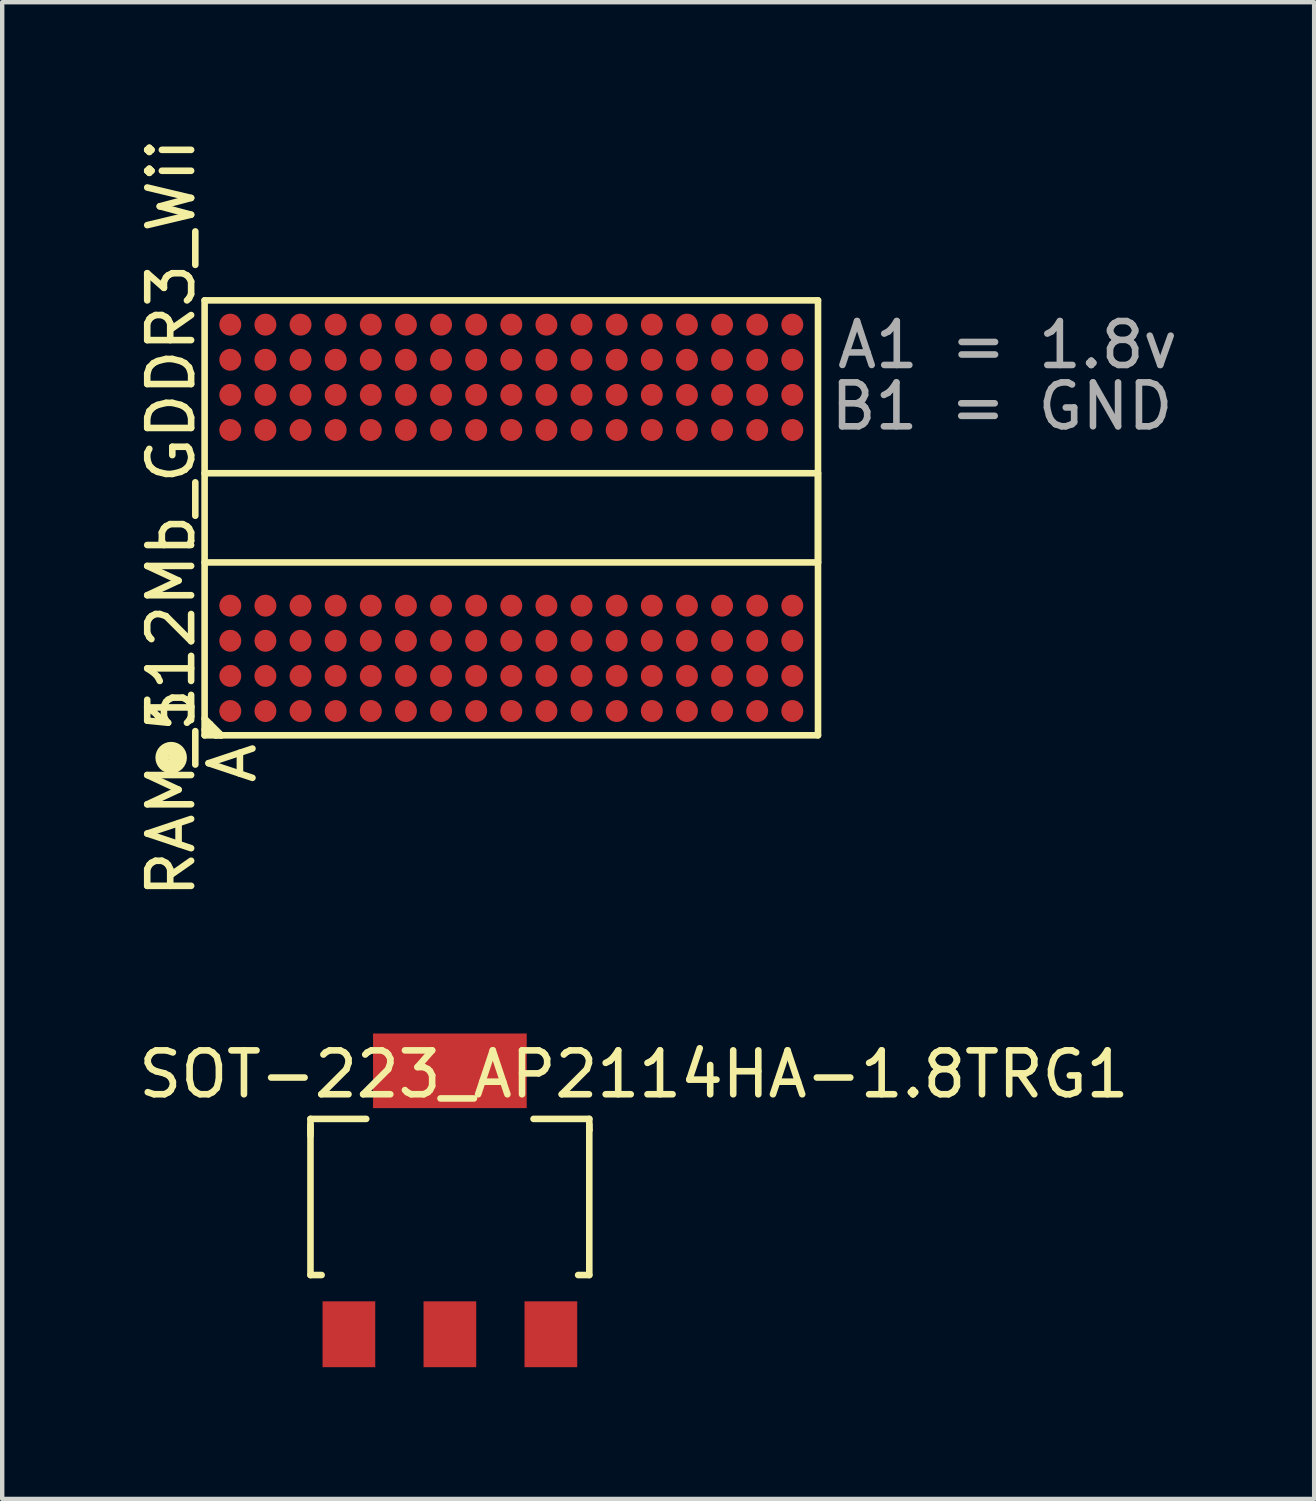
<source format=kicad_pcb>
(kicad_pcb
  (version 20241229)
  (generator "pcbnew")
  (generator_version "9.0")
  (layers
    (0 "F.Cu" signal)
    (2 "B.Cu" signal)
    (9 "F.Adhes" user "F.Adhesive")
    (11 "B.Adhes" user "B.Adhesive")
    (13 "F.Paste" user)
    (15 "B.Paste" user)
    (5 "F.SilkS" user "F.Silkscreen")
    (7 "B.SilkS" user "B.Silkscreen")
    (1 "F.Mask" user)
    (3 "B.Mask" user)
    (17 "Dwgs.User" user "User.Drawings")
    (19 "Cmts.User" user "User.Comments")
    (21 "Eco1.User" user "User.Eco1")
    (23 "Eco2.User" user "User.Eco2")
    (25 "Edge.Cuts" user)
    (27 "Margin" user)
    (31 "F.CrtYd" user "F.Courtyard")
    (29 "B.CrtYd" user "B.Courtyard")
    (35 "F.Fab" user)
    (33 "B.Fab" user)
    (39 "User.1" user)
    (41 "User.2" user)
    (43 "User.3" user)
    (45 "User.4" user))
  (footprint "RAM_512Mb_GDDR3_Wii"
    (layer "F.Cu")
    (at 8.595 8.744)
    (property "Reference" "RAM_512Mb_GDDR3_Wii" (at -7.747 0 90) (layer "F.SilkS") (effects (font (size 1 1) (thickness 0.15))))
    (attr through_hole)
    (fp_line (start -7.874 5.334) (end -7.62 5.334) (stroke (width 0.15) (type solid)) (layer "F.SilkS"))
    (fp_line (start -7.874 5.588) (end -7.874 5.334) (stroke (width 0.15) (type solid)) (layer "F.SilkS"))
    (fp_line (start -7.747 5.461) (end -7.62 5.461) (stroke (width 0.15) (type solid)) (layer "F.SilkS"))
    (fp_line (start -7.62 5.461) (end -7.62 5.588) (stroke (width 0.15) (type solid)) (layer "F.SilkS"))
    (fp_line (start -7.62 5.588) (end -7.874 5.588) (stroke (width 0.15) (type solid)) (layer "F.SilkS"))
    (fp_line (start -6.985 -4.953) (end -6.985 4.953) (stroke (width 0.15) (type solid)) (layer "F.SilkS"))
    (fp_line (start -6.985 -1.016) (end 6.985 -1.016) (stroke (width 0.15) (type solid)) (layer "F.SilkS"))
    (fp_line (start -6.985 4.572) (end -6.604 4.953) (stroke (width 0.15) (type solid)) (layer "F.SilkS"))
    (fp_line (start -6.985 4.953) (end 6.985 4.953) (stroke (width 0.15) (type solid)) (layer "F.SilkS"))
    (fp_line (start -6.858 4.699) (end -6.985 4.826) (stroke (width 0.15) (type solid)) (layer "F.SilkS"))
    (fp_line (start -6.731 4.953) (end -6.858 4.826) (stroke (width 0.15) (type solid)) (layer "F.SilkS"))
    (fp_line (start -6.604 4.953) (end -6.731 4.953) (stroke (width 0.15) (type solid)) (layer "F.SilkS"))
    (fp_line (start 6.985 -4.953) (end -6.985 -4.953) (stroke (width 0.15) (type solid)) (layer "F.SilkS"))
    (fp_line (start 6.985 -1.016) (end 6.985 1.016) (stroke (width 0.15) (type solid)) (layer "F.SilkS"))
    (fp_line (start 6.985 1.016) (end -6.985 1.016) (stroke (width 0.15) (type solid)) (layer "F.SilkS"))
    (fp_line (start 6.985 4.953) (end 6.985 -4.953) (stroke (width 0.15) (type solid)) (layer "F.SilkS"))
    (fp_circle (center -7.747 5.461) (end -7.62 5.207) (stroke (width 0.15) (type solid)) (fill no) (layer "F.SilkS"))
    (fp_circle (center -7.747 5.461) (end -7.62 5.334) (stroke (width 0.15) (type solid)) (fill no) (layer "F.SilkS"))
    (fp_text user "A" (at -6.35 5.588 90) (layer "F.SilkS") (effects (font (size 1 1) (thickness 0.15))))
    (fp_text user "1" (at -7.747 4.318 90) (layer "F.SilkS") (effects (font (size 1 1) (thickness 0.15))))
    (fp_text user "A1 = 1.8v" (at 11.303 -3.937 0) (layer "F.Fab") (effects (font (size 1 1) (thickness 0.15))))
    (fp_text user "B1 = GND" (at 11.176 -2.54 0) (layer "F.Fab") (effects (font (size 1 1) (thickness 0.15))))
    (pad "A1" smd circle (at -6.4 -4.4) (size 0.5 0.5) (layers "F.Cu" "F.Mask" "F.Paste"))
    (pad "A1" smd circle (at -6.4 -3.6) (size 0.5 0.5) (layers "F.Cu" "F.Mask" "F.Paste"))
    (pad "A1" smd circle (at -6.4 3.6) (size 0.5 0.5) (layers "F.Cu" "F.Mask" "F.Paste"))
    (pad "A1" smd circle (at -6.4 4.4) (size 0.5 0.5) (layers "F.Cu" "F.Mask" "F.Paste"))
    (pad "A1" smd circle (at -4.8 -4.4) (size 0.5 0.5) (layers "F.Cu" "F.Mask" "F.Paste"))
    (pad "A1" smd circle (at -4.8 -2) (size 0.5 0.5) (layers "F.Cu" "F.Mask" "F.Paste"))
    (pad "A1" smd circle (at -4.8 2) (size 0.5 0.5) (layers "F.Cu" "F.Mask" "F.Paste"))
    (pad "A1" smd circle (at -4.8 4.4) (size 0.5 0.5) (layers "F.Cu" "F.Mask" "F.Paste"))
    (pad "A1" smd circle (at -3.2 -4.4) (size 0.5 0.5) (layers "F.Cu" "F.Mask" "F.Paste"))
    (pad "A1" smd circle (at -3.2 -2) (size 0.5 0.5) (layers "F.Cu" "F.Mask" "F.Paste"))
    (pad "A1" smd circle (at -3.2 2) (size 0.5 0.5) (layers "F.Cu" "F.Mask" "F.Paste"))
    (pad "A1" smd circle (at -3.2 4.4) (size 0.5 0.5) (layers "F.Cu" "F.Mask" "F.Paste"))
    (pad "A1" smd circle (at -2.4 -4.4) (size 0.5 0.5) (layers "F.Cu" "F.Mask" "F.Paste"))
    (pad "A1" smd circle (at -2.4 4.4) (size 0.5 0.5) (layers "F.Cu" "F.Mask" "F.Paste"))
    (pad "A1" smd circle (at 0 -2) (size 0.5 0.5) (layers "F.Cu" "F.Mask" "F.Paste"))
    (pad "A1" smd circle (at 0 2) (size 0.5 0.5) (layers "F.Cu" "F.Mask" "F.Paste"))
    (pad "A1" smd circle (at 0.8 -4.4) (size 0.5 0.5) (layers "F.Cu" "F.Mask" "F.Paste"))
    (pad "A1" smd circle (at 0.8 4.4) (size 0.5 0.5) (layers "F.Cu" "F.Mask" "F.Paste"))
    (pad "A1" smd circle (at 2.4 -4.4) (size 0.5 0.5) (layers "F.Cu" "F.Mask" "F.Paste"))
    (pad "A1" smd circle (at 2.4 4.4) (size 0.5 0.5) (layers "F.Cu" "F.Mask" "F.Paste"))
    (pad "A1" smd circle (at 3.2 -4.4) (size 0.5 0.5) (layers "F.Cu" "F.Mask" "F.Paste"))
    (pad "A1" smd circle (at 3.2 -2) (size 0.5 0.5) (layers "F.Cu" "F.Mask" "F.Paste"))
    (pad "A1" smd circle (at 3.2 2) (size 0.5 0.5) (layers "F.Cu" "F.Mask" "F.Paste"))
    (pad "A1" smd circle (at 3.2 4.4) (size 0.5 0.5) (layers "F.Cu" "F.Mask" "F.Paste"))
    (pad "A1" smd circle (at 4.8 -4.4) (size 0.5 0.5) (layers "F.Cu" "F.Mask" "F.Paste"))
    (pad "A1" smd circle (at 4.8 -2) (size 0.5 0.5) (layers "F.Cu" "F.Mask" "F.Paste"))
    (pad "A1" smd circle (at 4.8 2) (size 0.5 0.5) (layers "F.Cu" "F.Mask" "F.Paste"))
    (pad "A1" smd circle (at 4.8 4.4) (size 0.5 0.5) (layers "F.Cu" "F.Mask" "F.Paste"))
    (pad "A1" smd circle (at 6.4 -4.4) (size 0.5 0.5) (layers "F.Cu" "F.Mask" "F.Paste"))
    (pad "A1" smd circle (at 6.4 -3.6) (size 0.5 0.5) (layers "F.Cu" "F.Mask" "F.Paste"))
    (pad "A1" smd circle (at 6.4 3.6) (size 0.5 0.5) (layers "F.Cu" "F.Mask" "F.Paste"))
    (pad "A1" smd circle (at 6.4 4.4) (size 0.5 0.5) (layers "F.Cu" "F.Mask" "F.Paste"))
    (pad "A4" smd circle (at -6.4 2) (size 0.5 0.5) (layers "F.Cu" "F.Mask" "F.Paste"))
    (pad "B1" smd circle (at -6.4 -2.8) (size 0.5 0.5) (layers "F.Cu" "F.Mask" "F.Paste"))
    (pad "B1" smd circle (at -6.4 -2) (size 0.5 0.5) (layers "F.Cu" "F.Mask" "F.Paste"))
    (pad "B1" smd circle (at -6.4 2.8) (size 0.5 0.5) (layers "F.Cu" "F.Mask" "F.Paste"))
    (pad "B1" smd circle (at -5.6 -4.4) (size 0.5 0.5) (layers "F.Cu" "F.Mask" "F.Paste"))
    (pad "B1" smd circle (at -5.6 -2) (size 0.5 0.5) (layers "F.Cu" "F.Mask" "F.Paste"))
    (pad "B1" smd circle (at -5.6 2) (size 0.5 0.5) (layers "F.Cu" "F.Mask" "F.Paste"))
    (pad "B1" smd circle (at -5.6 4.4) (size 0.5 0.5) (layers "F.Cu" "F.Mask" "F.Paste"))
    (pad "B1" smd circle (at -4 -4.4) (size 0.5 0.5) (layers "F.Cu" "F.Mask" "F.Paste"))
    (pad "B1" smd circle (at -4 -2) (size 0.5 0.5) (layers "F.Cu" "F.Mask" "F.Paste"))
    (pad "B1" smd circle (at -4 2) (size 0.5 0.5) (layers "F.Cu" "F.Mask" "F.Paste"))
    (pad "B1" smd circle (at -4 4.4) (size 0.5 0.5) (layers "F.Cu" "F.Mask" "F.Paste"))
    (pad "B1" smd circle (at -1.6 -4.4) (size 0.5 0.5) (layers "F.Cu" "F.Mask" "F.Paste"))
    (pad "B1" smd circle (at -1.6 -3.6) (size 0.5 0.5) (layers "F.Cu" "F.Mask" "F.Paste"))
    (pad "B1" smd circle (at -1.6 3.6) (size 0.5 0.5) (layers "F.Cu" "F.Mask" "F.Paste"))
    (pad "B1" smd circle (at -1.6 4.4) (size 0.5 0.5) (layers "F.Cu" "F.Mask" "F.Paste"))
    (pad "B1" smd circle (at 0 -4.4) (size 0.5 0.5) (layers "F.Cu" "F.Mask" "F.Paste"))
    (pad "B1" smd circle (at 0 4.4) (size 0.5 0.5) (layers "F.Cu" "F.Mask" "F.Paste"))
    (pad "B1" smd circle (at 1.6 -4.4) (size 0.5 0.5) (layers "F.Cu" "F.Mask" "F.Paste"))
    (pad "B1" smd circle (at 1.6 -3.6) (size 0.5 0.5) (layers "F.Cu" "F.Mask" "F.Paste"))
    (pad "B1" smd circle (at 1.6 3.6) (size 0.5 0.5) (layers "F.Cu" "F.Mask" "F.Paste"))
    (pad "B1" smd circle (at 1.6 4.4) (size 0.5 0.5) (layers "F.Cu" "F.Mask" "F.Paste"))
    (pad "B1" smd circle (at 4 -4.4) (size 0.5 0.5) (layers "F.Cu" "F.Mask" "F.Paste"))
    (pad "B1" smd circle (at 4 -2) (size 0.5 0.5) (layers "F.Cu" "F.Mask" "F.Paste"))
    (pad "B1" smd circle (at 4 2) (size 0.5 0.5) (layers "F.Cu" "F.Mask" "F.Paste"))
    (pad "B1" smd circle (at 4 4.4) (size 0.5 0.5) (layers "F.Cu" "F.Mask" "F.Paste"))
    (pad "B1" smd circle (at 5.6 -4.4) (size 0.5 0.5) (layers "F.Cu" "F.Mask" "F.Paste"))
    (pad "B1" smd circle (at 5.6 -2) (size 0.5 0.5) (layers "F.Cu" "F.Mask" "F.Paste"))
    (pad "B1" smd circle (at 5.6 2) (size 0.5 0.5) (layers "F.Cu" "F.Mask" "F.Paste"))
    (pad "B1" smd circle (at 5.6 4.4) (size 0.5 0.5) (layers "F.Cu" "F.Mask" "F.Paste"))
    (pad "B1" smd circle (at 6.4 -2.8) (size 0.5 0.5) (layers "F.Cu" "F.Mask" "F.Paste"))
    (pad "B1" smd circle (at 6.4 2) (size 0.5 0.5) (layers "F.Cu" "F.Mask" "F.Paste"))
    (pad "B1" smd circle (at 6.4 2.8) (size 0.5 0.5) (layers "F.Cu" "F.Mask" "F.Paste"))
    (pad "B2" smd circle (at -5.6 3.6) (size 0.5 0.5) (layers "F.Cu" "F.Mask" "F.Paste"))
    (pad "B3" smd circle (at -5.6 2.8) (size 0.5 0.5) (layers "F.Cu" "F.Mask" "F.Paste"))
    (pad "B6" smd circle (at -5.6 -2.8) (size 0.5 0.5) (layers "F.Cu" "F.Mask" "F.Paste"))
    (pad "B7" smd circle (at -5.6 -3.6) (size 0.5 0.5) (layers "F.Cu" "F.Mask" "F.Paste"))
    (pad "C2" smd circle (at -4.8 3.6) (size 0.5 0.5) (layers "F.Cu" "F.Mask" "F.Paste"))
    (pad "C3" smd circle (at -4.8 2.8) (size 0.5 0.5) (layers "F.Cu" "F.Mask" "F.Paste"))
    (pad "C6" smd circle (at -4.8 -2.8) (size 0.5 0.5) (layers "F.Cu" "F.Mask" "F.Paste"))
    (pad "C7" smd circle (at -4.8 -3.6) (size 0.5 0.5) (layers "F.Cu" "F.Mask" "F.Paste"))
    (pad "D2" smd circle (at -4 3.6) (size 0.5 0.5) (layers "F.Cu" "F.Mask" "F.Paste"))
    (pad "D3" smd circle (at -4 2.8) (size 0.5 0.5) (layers "F.Cu" "F.Mask" "F.Paste"))
    (pad "D6" smd circle (at -4 -2.8) (size 0.5 0.5) (layers "F.Cu" "F.Mask" "F.Paste"))
    (pad "D7" smd circle (at -4 -3.6) (size 0.5 0.5) (layers "F.Cu" "F.Mask" "F.Paste"))
    (pad "E2" smd circle (at -3.2 3.6) (size 0.5 0.5) (layers "F.Cu" "F.Mask" "F.Paste"))
    (pad "E3" smd circle (at -3.2 2.8) (size 0.5 0.5) (layers "F.Cu" "F.Mask" "F.Paste"))
    (pad "E6" smd circle (at -3.2 -2.8) (size 0.5 0.5) (layers "F.Cu" "F.Mask" "F.Paste"))
    (pad "E7" smd circle (at -3.2 -3.6) (size 0.5 0.5) (layers "F.Cu" "F.Mask" "F.Paste"))
    (pad "F2" smd circle (at -2.4 3.6) (size 0.5 0.5) (layers "F.Cu" "F.Mask" "F.Paste"))
    (pad "F3" smd circle (at -2.4 2.8) (size 0.5 0.5) (layers "F.Cu" "F.Mask" "F.Paste"))
    (pad "F4" smd circle (at -2.4 2) (size 0.5 0.5) (layers "F.Cu" "F.Mask" "F.Paste"))
    (pad "F5" smd circle (at -2.4 -2) (size 0.5 0.5) (layers "F.Cu" "F.Mask" "F.Paste"))
    (pad "F6" smd circle (at -2.4 -2.8) (size 0.5 0.5) (layers "F.Cu" "F.Mask" "F.Paste"))
    (pad "F7" smd circle (at -2.4 -3.6) (size 0.5 0.5) (layers "F.Cu" "F.Mask" "F.Paste"))
    (pad "G3" smd circle (at -1.6 2.8) (size 0.5 0.5) (layers "F.Cu" "F.Mask" "F.Paste"))
    (pad "G4" smd circle (at -1.6 2) (size 0.5 0.5) (layers "F.Cu" "F.Mask" "F.Paste"))
    (pad "G5" smd circle (at -1.6 -2) (size 0.5 0.5) (layers "F.Cu" "F.Mask" "F.Paste"))
    (pad "G6" smd circle (at -1.6 -2.8) (size 0.5 0.5) (layers "F.Cu" "F.Mask" "F.Paste"))
    (pad "H1" smd circle (at -0.8 4.4) (size 0.5 0.5) (layers "F.Cu" "F.Mask" "F.Paste"))
    (pad "H2" smd circle (at -0.8 3.6) (size 0.5 0.5) (layers "F.Cu" "F.Mask" "F.Paste"))
    (pad "H3" smd circle (at -0.8 2.8) (size 0.5 0.5) (layers "F.Cu" "F.Mask" "F.Paste"))
    (pad "H4" smd circle (at -0.8 2) (size 0.5 0.5) (layers "F.Cu" "F.Mask" "F.Paste"))
    (pad "H5" smd circle (at -0.8 -2) (size 0.5 0.5) (layers "F.Cu" "F.Mask" "F.Paste"))
    (pad "H6" smd circle (at -0.8 -2.8) (size 0.5 0.5) (layers "F.Cu" "F.Mask" "F.Paste"))
    (pad "H7" smd circle (at -0.8 -3.6) (size 0.5 0.5) (layers "F.Cu" "F.Mask" "F.Paste"))
    (pad "H8" smd circle (at -0.8 -4.4) (size 0.5 0.5) (layers "F.Cu" "F.Mask" "F.Paste"))
    (pad "I2" smd circle (at 0 3.6) (size 0.5 0.5) (layers "F.Cu" "F.Mask" "F.Paste"))
    (pad "I3" smd circle (at 0 2.8) (size 0.5 0.5) (layers "F.Cu" "F.Mask" "F.Paste"))
    (pad "I6" smd circle (at 0 -2.8) (size 0.5 0.5) (layers "F.Cu" "F.Mask" "F.Paste"))
    (pad "I7" smd circle (at 0 -3.6) (size 0.5 0.5) (layers "F.Cu" "F.Mask" "F.Paste"))
    (pad "J2" smd circle (at 0.8 3.6) (size 0.5 0.5) (layers "F.Cu" "F.Mask" "F.Paste"))
    (pad "J3" smd circle (at 0.8 2.8) (size 0.5 0.5) (layers "F.Cu" "F.Mask" "F.Paste"))
    (pad "J4" smd circle (at 0.8 2) (size 0.5 0.5) (layers "F.Cu" "F.Mask" "F.Paste"))
    (pad "J5" smd circle (at 0.8 -2) (size 0.5 0.5) (layers "F.Cu" "F.Mask" "F.Paste"))
    (pad "J6" smd circle (at 0.8 -2.8) (size 0.5 0.5) (layers "F.Cu" "F.Mask" "F.Paste"))
    (pad "J7" smd circle (at 0.8 -3.6) (size 0.5 0.5) (layers "F.Cu" "F.Mask" "F.Paste"))
    (pad "K3" smd circle (at 1.6 2.8) (size 0.5 0.5) (layers "F.Cu" "F.Mask" "F.Paste"))
    (pad "K4" smd circle (at 1.6 2) (size 0.5 0.5) (layers "F.Cu" "F.Mask" "F.Paste"))
    (pad "K5" smd circle (at 1.6 -2) (size 0.5 0.5) (layers "F.Cu" "F.Mask" "F.Paste"))
    (pad "K6" smd circle (at 1.6 -2.8) (size 0.5 0.5) (layers "F.Cu" "F.Mask" "F.Paste"))
    (pad "L2" smd circle (at 2.4 3.6) (size 0.5 0.5) (layers "F.Cu" "F.Mask" "F.Paste"))
    (pad "L3" smd circle (at 2.4 2.8) (size 0.5 0.5) (layers "F.Cu" "F.Mask" "F.Paste"))
    (pad "L4" smd circle (at 2.4 2) (size 0.5 0.5) (layers "F.Cu" "F.Mask" "F.Paste"))
    (pad "L5" smd circle (at 2.4 -2) (size 0.5 0.5) (layers "F.Cu" "F.Mask" "F.Paste"))
    (pad "L6" smd circle (at 2.4 -2.8) (size 0.5 0.5) (layers "F.Cu" "F.Mask" "F.Paste"))
    (pad "L7" smd circle (at 2.4 -3.6) (size 0.5 0.5) (layers "F.Cu" "F.Mask" "F.Paste"))
    (pad "M2" smd circle (at 3.2 3.6) (size 0.5 0.5) (layers "F.Cu" "F.Mask" "F.Paste"))
    (pad "M3" smd circle (at 3.2 2.8) (size 0.5 0.5) (layers "F.Cu" "F.Mask" "F.Paste"))
    (pad "M6" smd circle (at 3.2 -2.8) (size 0.5 0.5) (layers "F.Cu" "F.Mask" "F.Paste"))
    (pad "M7" smd circle (at 3.2 -3.6) (size 0.5 0.5) (layers "F.Cu" "F.Mask" "F.Paste"))
    (pad "N2" smd circle (at 4 3.6) (size 0.5 0.5) (layers "F.Cu" "F.Mask" "F.Paste"))
    (pad "N3" smd circle (at 4 2.8) (size 0.5 0.5) (layers "F.Cu" "F.Mask" "F.Paste"))
    (pad "N6" smd circle (at 4 -2.8) (size 0.5 0.5) (layers "F.Cu" "F.Mask" "F.Paste"))
    (pad "N7" smd circle (at 4 -3.6) (size 0.5 0.5) (layers "F.Cu" "F.Mask" "F.Paste"))
    (pad "O2" smd circle (at 4.8 3.6) (size 0.5 0.5) (layers "F.Cu" "F.Mask" "F.Paste"))
    (pad "O3" smd circle (at 4.8 2.8) (size 0.5 0.5) (layers "F.Cu" "F.Mask" "F.Paste"))
    (pad "O6" smd circle (at 4.8 -2.8) (size 0.5 0.5) (layers "F.Cu" "F.Mask" "F.Paste"))
    (pad "O7" smd circle (at 4.8 -3.6) (size 0.5 0.5) (layers "F.Cu" "F.Mask" "F.Paste"))
    (pad "P2" smd circle (at 5.6 3.6) (size 0.5 0.5) (layers "F.Cu" "F.Mask" "F.Paste"))
    (pad "P3" smd circle (at 5.6 2.8) (size 0.5 0.5) (layers "F.Cu" "F.Mask" "F.Paste"))
    (pad "P6" smd circle (at 5.6 -2.8) (size 0.5 0.5) (layers "F.Cu" "F.Mask" "F.Paste"))
    (pad "P7" smd circle (at 5.6 -3.6) (size 0.5 0.5) (layers "F.Cu" "F.Mask" "F.Paste"))
    (pad "Q5" smd circle (at 6.4 -2) (size 0.5 0.5) (layers "F.Cu" "F.Mask" "F.Paste")))
  (footprint "SOT-223_AP2114HA-1.8TRG1"
    (layer "F.Cu")
    (at 7.196 24.338)
    (property "Reference" "SOT-223_AP2114HA-1.8TRG1" (at 4.191 -2.921 180) (layer "F.SilkS") (effects (font (size 1 1) (thickness 0.15))))
    (attr through_hole)
    (fp_line (start -3.175 -1.905) (end -1.905 -1.905) (stroke (width 0.15) (type solid)) (layer "F.SilkS"))
    (fp_line (start -3.175 -1.651) (end -3.175 -1.778) (stroke (width 0.15) (type solid)) (layer "F.SilkS"))
    (fp_line (start -3.175 -1.651) (end -3.175 1.651) (stroke (width 0.15) (type solid)) (layer "F.SilkS"))
    (fp_line (start -3.175 -1.524) (end -3.175 -1.905) (stroke (width 0.15) (type solid)) (layer "F.SilkS"))
    (fp_line (start -3.175 1.651) (end -2.921 1.651) (stroke (width 0.15) (type solid)) (layer "F.SilkS"))
    (fp_line (start 3.175 -1.905) (end 1.905 -1.905) (stroke (width 0.15) (type solid)) (layer "F.SilkS"))
    (fp_line (start 3.175 -1.651) (end 3.175 -1.905) (stroke (width 0.15) (type solid)) (layer "F.SilkS"))
    (fp_line (start 3.175 -1.651) (end 3.175 -1.778) (stroke (width 0.15) (type solid)) (layer "F.SilkS"))
    (fp_line (start 3.175 -1.651) (end 3.175 1.651) (stroke (width 0.15) (type solid)) (layer "F.SilkS"))
    (fp_line (start 3.175 1.651) (end 2.921 1.651) (stroke (width 0.15) (type solid)) (layer "F.SilkS"))
    (pad "1" smd rect (at -2.3 3) (size 1.2 1.5) (layers "F.Cu" "F.Mask" "F.Paste"))
    (pad "2" smd rect (at 0 -3) (size 3.5 1.7) (layers "F.Cu" "F.Mask" "F.Paste"))
    (pad "2" smd rect (at 0 3) (size 1.2 1.5) (layers "F.Cu" "F.Mask" "F.Paste"))
    (pad "3" smd rect (at 2.3 3) (size 1.2 1.5) (layers "F.Cu" "F.Mask" "F.Paste")))
  (gr_rect
    (start -3 -3)
    (end 26.88 31.088)
    (stroke (width 0.1) (type default))
    (fill no)
    (layer "Edge.Cuts")))
</source>
